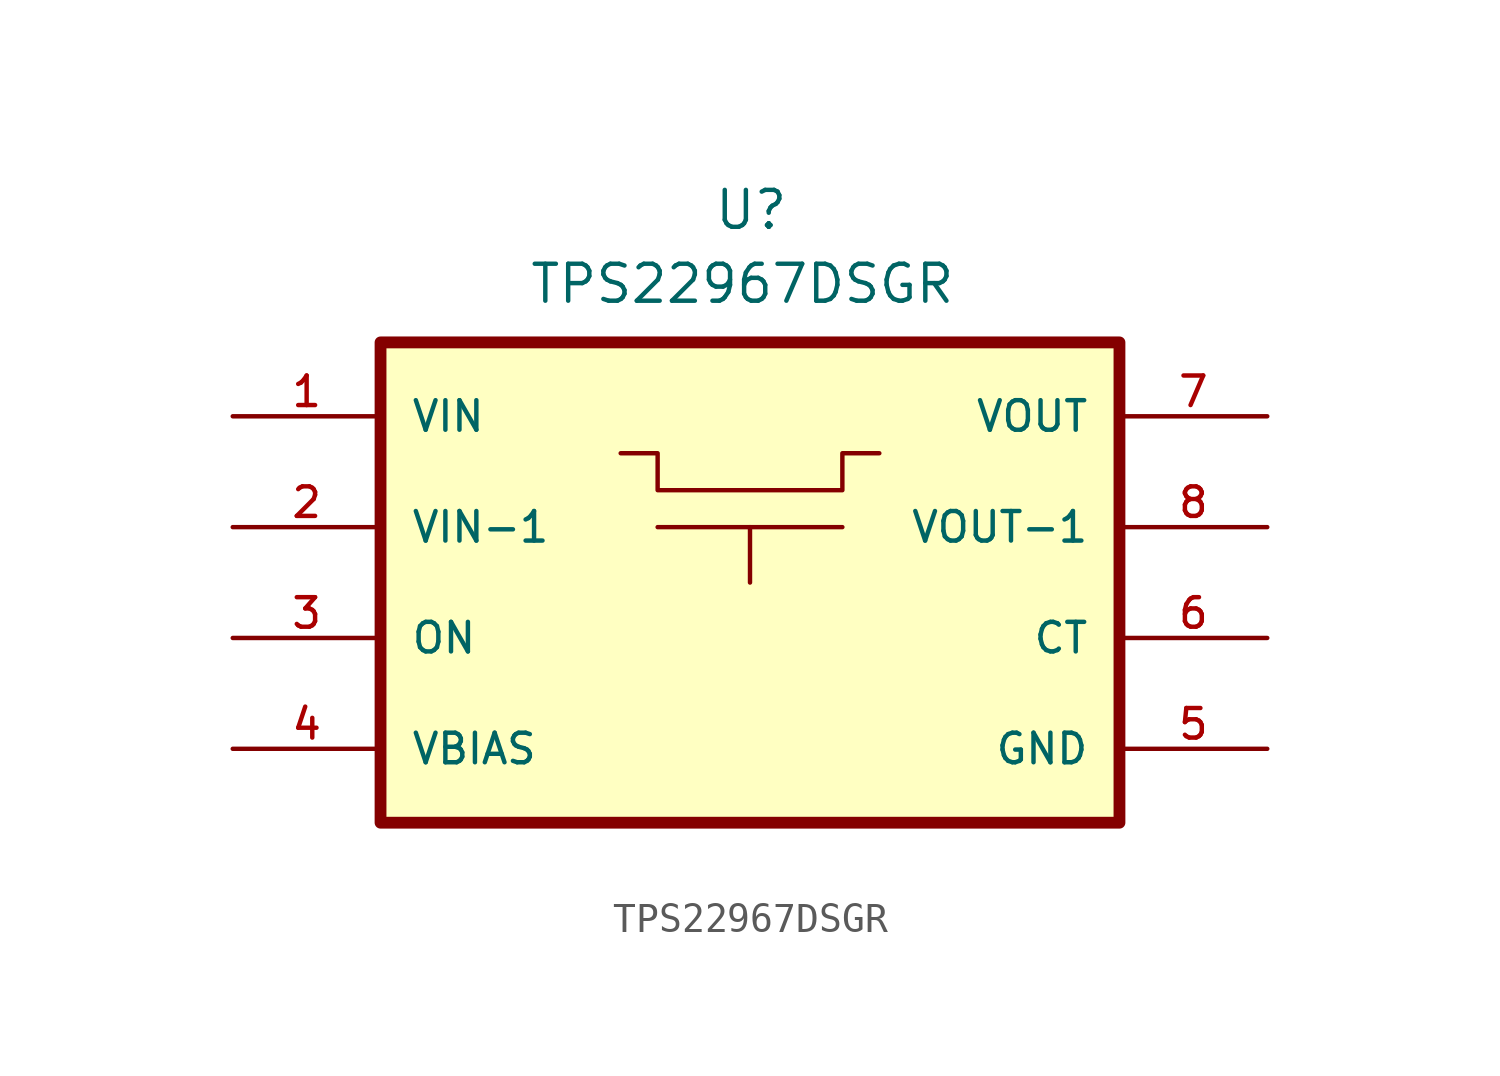
<source format=kicad_sym>
(kicad_symbol_lib
  (version 20211014)
  (generator kicad_symbol_editor)
  (symbol "TPS22967DSGR"
    (pin_names
      (offset 1.016))
    (property "Reference" "U"
      (at -1.27 16.51 0)
      (effects (font (size 1.27 1.27)) (justify left bottom)))
    (property "Value" "TPS22967DSGR"
      (at -7.62 13.97 0)
      (effects (font (size 1.27 1.27)) (justify left bottom)))
    (property "ki_locked" ""
      (at 0 0 0)
      (effects (font (size 1.27 1.27))))
    (symbol "TPS22967DSGR_0_0"
      (rectangle (start -12.7 12.7) (end 12.7 -3.81) (stroke (width 0.406) (type default) (color 0 0 0 0)) (fill (type background)))
      (pin input line (at -17.78 10.16 0) (length 5.08) (name "VIN" (effects (font (size 1.016 1.016)))) (number "1" (effects (font (size 1.016 1.016)))))
      (pin input line (at -17.78 6.35 0) (length 5.08) (name "VIN-1" (effects (font (size 1.016 1.016)))) (number "2" (effects (font (size 1.016 1.016)))))
      (pin input line (at -17.78 2.54 0) (length 5.08) (name "ON" (effects (font (size 1.016 1.016)))) (number "3" (effects (font (size 1.016 1.016)))))
      (pin power_in line (at -17.78 -1.27 0) (length 5.08) (name "VBIAS" (effects (font (size 1.016 1.016)))) (number "4" (effects (font (size 1.016 1.016)))))
      (pin power_in line (at 17.78 -1.27 180) (length 5.08) (name "GND" (effects (font (size 1.016 1.016)))) (number "5" (effects (font (size 1.016 1.016)))))
      (pin bidirectional line (at 17.78 2.54 180) (length 5.08) (name "CT" (effects (font (size 1.016 1.016)))) (number "6" (effects (font (size 1.016 1.016)))))
      (pin output line (at 17.78 10.16 180) (length 5.08) (name "VOUT" (effects (font (size 1.016 1.016)))) (number "7" (effects (font (size 1.016 1.016)))))
      (pin output line (at 17.78 6.35 180) (length 5.08) (name "VOUT-1" (effects (font (size 1.016 1.016)))) (number "8" (effects (font (size 1.016 1.016))))))
    (symbol "TPS22967DSGR_0_1"
      (polyline (pts (xy -3.175 6.35) (xy 3.175 6.35)) (stroke (width 0.152) (type default) (color 0 0 0 0)) (fill (type none)))
      (polyline (pts (xy 0 6.35) (xy 0 4.445)) (stroke (width 0.152) (type default) (color 0 0 0 0)) (fill (type none)))
      (polyline (pts (xy -4.445 8.89) (xy -3.175 8.89) (xy -3.175 7.62) (xy 3.175 7.62) (xy 3.175 8.89) (xy 4.445 8.89)) (stroke (width 0.152) (type default) (color 0 0 0 0)) (fill (type none))))))
</source>
